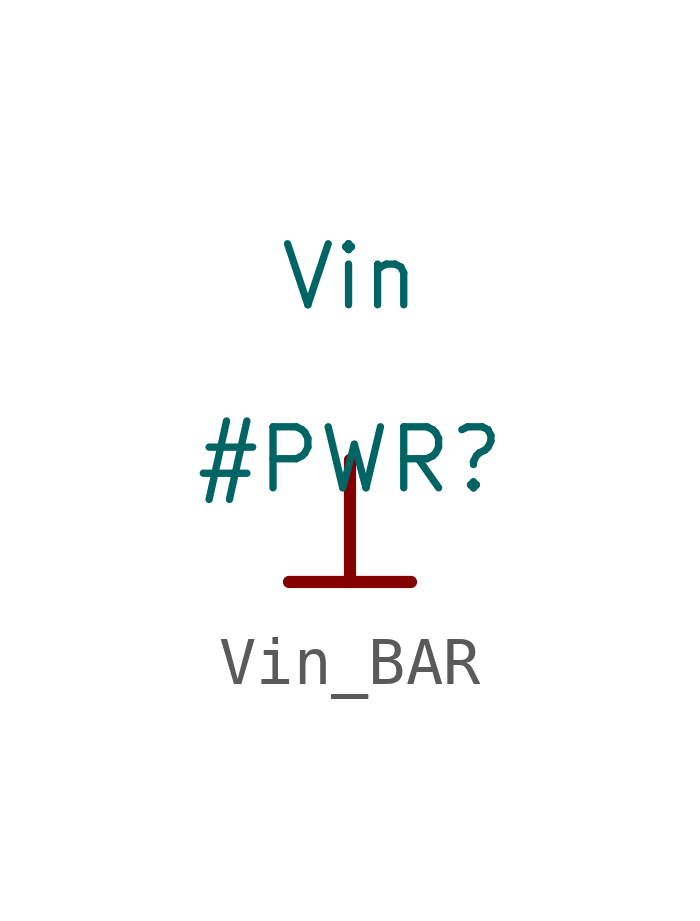
<source format=kicad_sym>
(kicad_symbol_lib
  (version 20231120)
  (generator "kicad_symbol_editor")
  (generator_version "8.0")
  (symbol "Vin_BAR"
    (power)
    (property "Reference" "#PWR"
      (at 0 0 0)
      (effects (font (size 1.27 1.27))))
    (property "Value" "Vin"
      (at 0 3.81 0)
      (effects (font (size 1.27 1.27))))
    (symbol "Vin_BAR_0_0"
      (polyline (pts (xy -1.27 -2.54) (xy 1.27 -2.54)) (stroke (width 0.254) (type solid)) (fill (type none)))
      (polyline (pts (xy 0 0) (xy 0 -2.54)) (stroke (width 0.254) (type solid)) (fill (type none)))
      (pin power_in line (at 0 0 0) (length 0) hide (name "Vin" (effects (font (size 1.27 1.27)))) (number "" (effects (font (size 1.27 1.27))))))))
</source>
